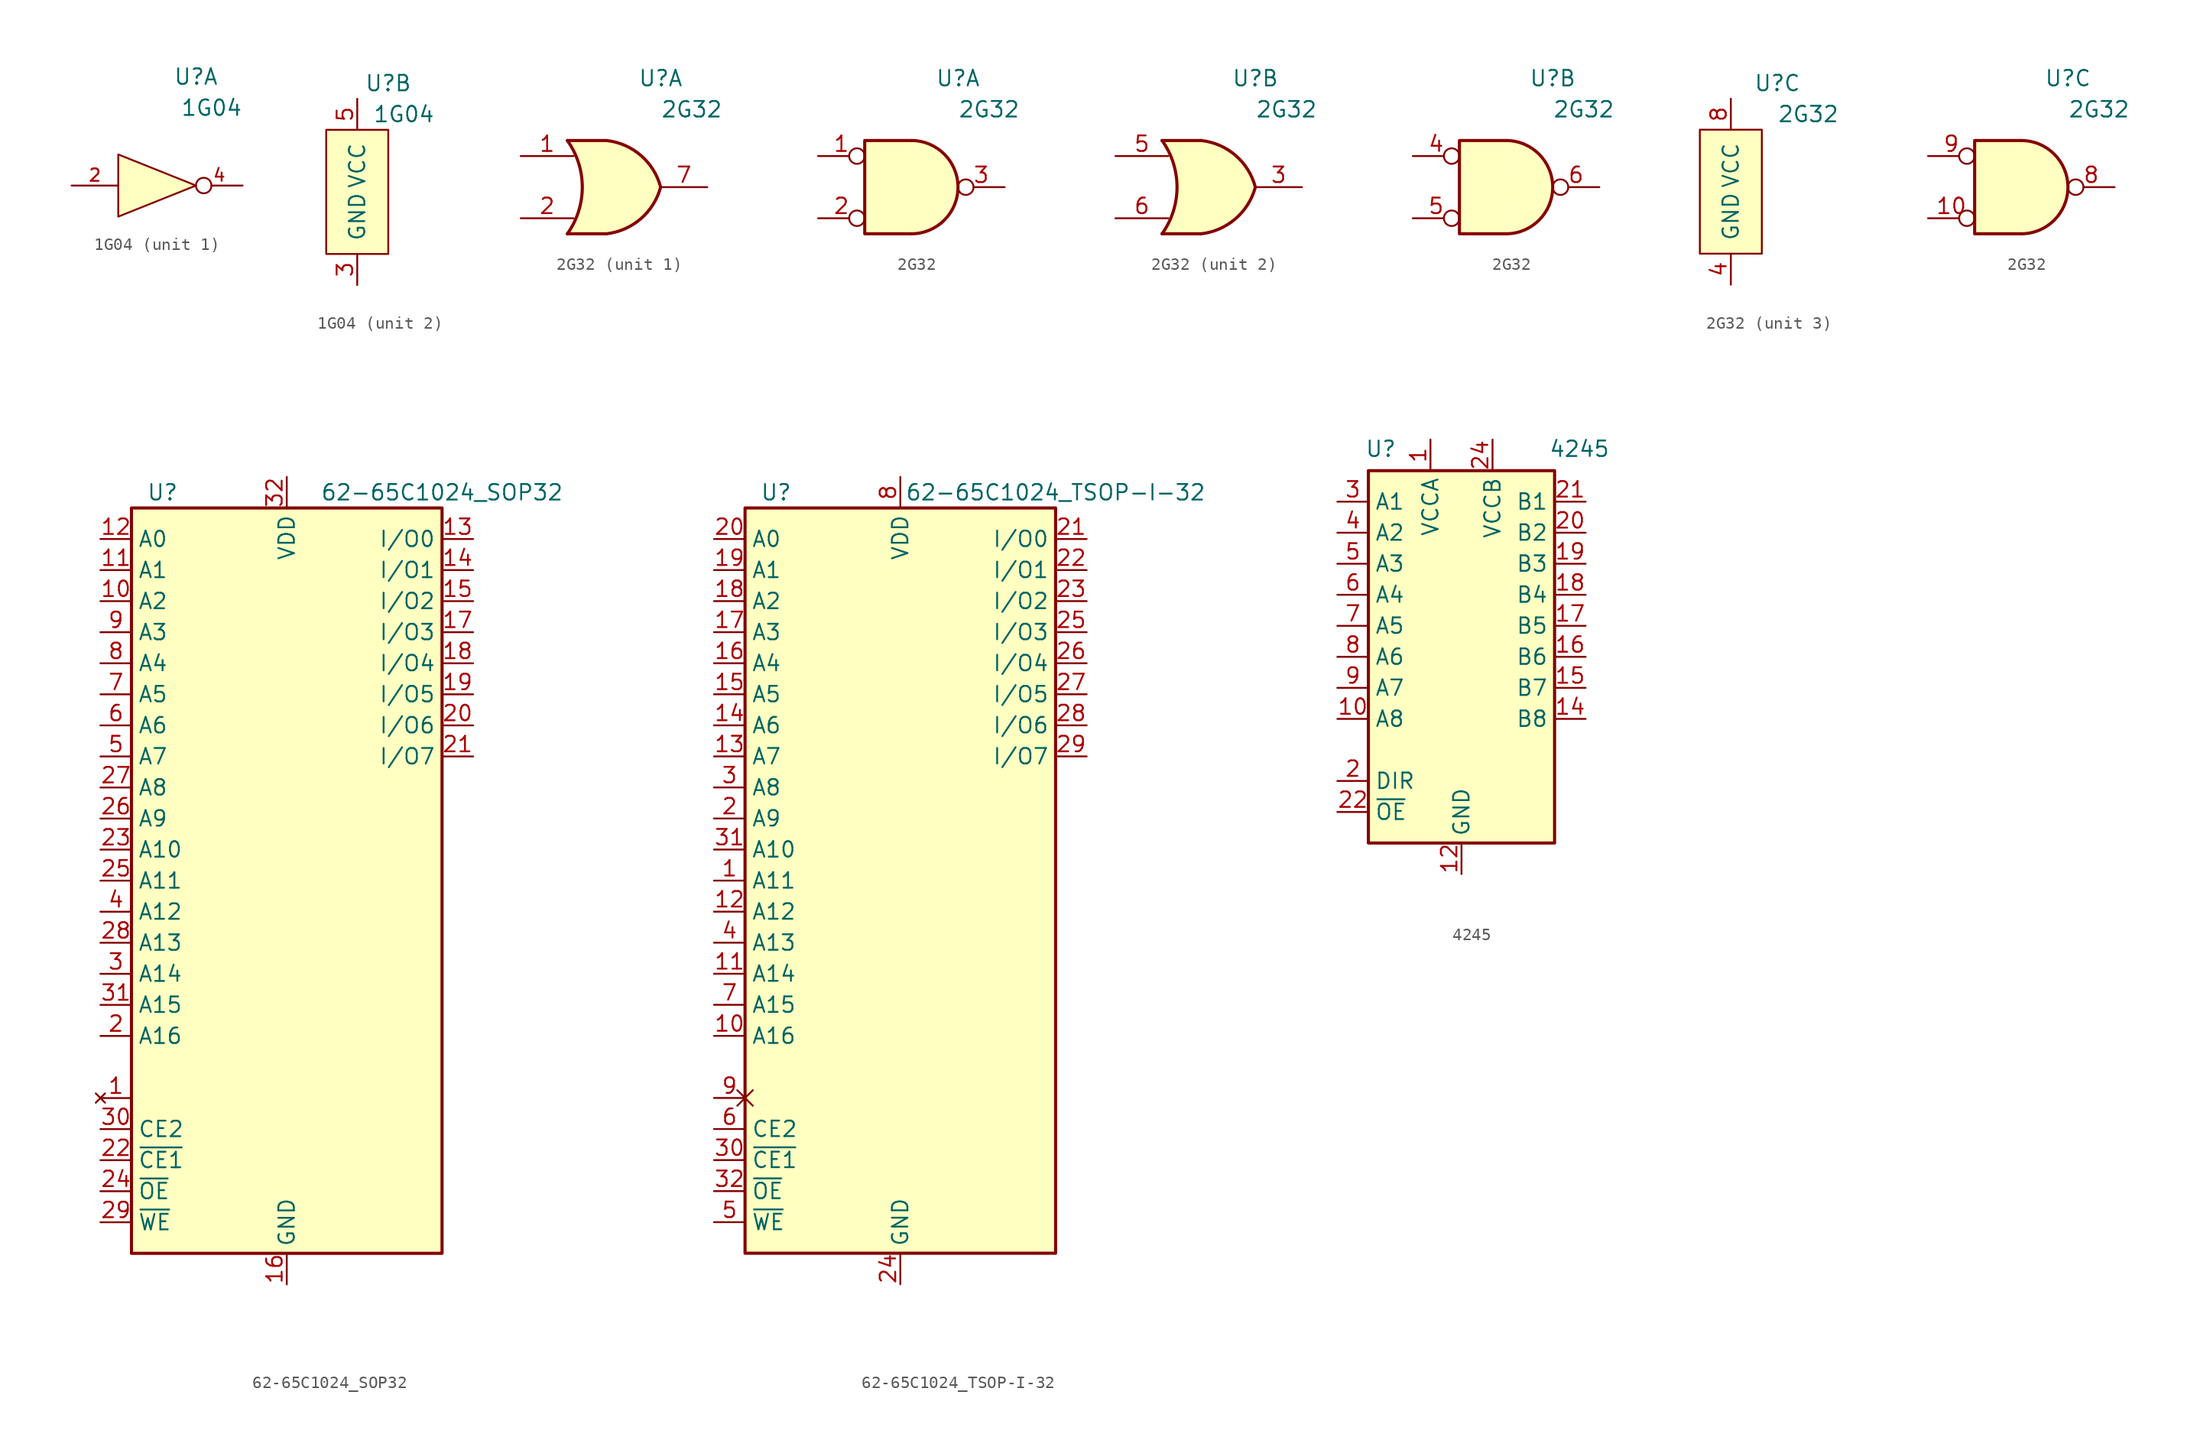
<source format=kicad_sym>
(kicad_symbol_lib
  (version 20220914)
  (generator kicad_symbol_editor)
  (symbol "1G04"
    (pin_names
      (offset 1.016))
    (property "Reference" "U"
      (at 2.54 8.89 0)
      (effects (font (size 1.27 1.27))))
    (property "Value" "1G04"
      (at 1.27 6.35 0)
      (effects (font (size 1.27 1.27)) (justify left)))
    (property "ki_locked" ""
      (at 0 0 0)
      (effects (font (size 1.27 1.27))))
    (symbol "1G04_1_1"
      (polyline (pts (xy -3.81 2.54) (xy -3.81 -2.54) (xy 2.54 0) (xy -3.81 2.54)) (stroke (width 0.152) (type default)) (fill (type background)))
      (pin input line (at -7.62 0 0) (length 3.81) (name "~" (effects (font (size 1.016 1.016)))) (number "2" (effects (font (size 1.016 1.016)))))
      (pin output inverted (at 6.35 0 180) (length 3.81) (name "~" (effects (font (size 1.016 1.016)))) (number "4" (effects (font (size 1.016 1.016))))))
    (symbol "1G04_2_1"
      (rectangle (start -2.54 5.08) (end 2.54 -5.08) (stroke (width 0.152) (type default)) (fill (type background)))
      (pin no_connect line (at -2.54 2.54 180) (length 0) hide (name "DC" (effects (font (size 1.27 1.27)))) (number "1" (effects (font (size 1.27 1.27)))))
      (pin power_in line (at 0 -7.62 90) (length 2.54) (name "GND" (effects (font (size 1.27 1.27)))) (number "3" (effects (font (size 1.27 1.27)))))
      (pin power_in line (at 0 7.62 270) (length 2.54) (name "VCC" (effects (font (size 1.27 1.27)))) (number "5" (effects (font (size 1.27 1.27)))))))
  (symbol "2G32"
    (pin_names
      (offset 1.016))
    (property "Reference" "U"
      (at 3.81 8.89 0)
      (effects (font (size 1.27 1.27))))
    (property "Value" "2G32"
      (at 6.35 6.35 0)
      (effects (font (size 1.27 1.27))))
    (property "ki_locked" ""
      (at 0 0 0)
      (effects (font (size 1.27 1.27))))
    (symbol "2G32_1_1"
      (arc (start -3.81 -3.81) (mid -2.589 0) (end -3.81 3.81) (stroke (width 0.254) (type default)) (fill (type none)))
      (arc (start -0.6096 -3.81) (mid 2.1842 -2.5851) (end 3.81 0) (stroke (width 0.254) (type default)) (fill (type background)))
      (polyline (pts (xy -3.81 -3.81) (xy -0.635 -3.81)) (stroke (width 0.254) (type default)) (fill (type background)))
      (polyline (pts (xy -3.81 3.81) (xy -0.635 3.81)) (stroke (width 0.254) (type default)) (fill (type background)))
      (polyline (pts (xy -0.635 3.81) (xy -3.81 3.81) (xy -3.81 3.81) (xy -3.556 3.404) (xy -3.023 2.261) (xy -2.692 1.041) (xy -2.616 -0.254) (xy -2.769 -1.499) (xy -3.175 -2.718) (xy -3.81 -3.81) (xy -3.81 -3.81) (xy -0.635 -3.81)) (stroke (width -25.4) (type default)) (fill (type background)))
      (arc (start 3.81 0) (mid 2.1915 2.5936) (end -0.6096 3.81) (stroke (width 0.254) (type default)) (fill (type background)))
      (pin input line (at -7.62 2.54 0) (length 4.318) (name "" (effects (font (size 1.27 1.27)))) (number "1" (effects (font (size 1.27 1.27)))))
      (pin input line (at -7.62 -2.54 0) (length 4.318) (name "" (effects (font (size 1.27 1.27)))) (number "2" (effects (font (size 1.27 1.27)))))
      (pin output line (at 7.62 0 180) (length 3.81) (name "" (effects (font (size 1.27 1.27)))) (number "7" (effects (font (size 1.27 1.27))))))
    (symbol "2G32_1_2"
      (arc (start 0 -3.81) (mid 3.7934 0) (end 0 3.81) (stroke (width 0.254) (type default)) (fill (type background)))
      (polyline (pts (xy 0 3.81) (xy -3.81 3.81) (xy -3.81 -3.81) (xy 0 -3.81)) (stroke (width 0.254) (type default)) (fill (type background)))
      (pin input inverted (at -7.62 2.54 0) (length 3.81) (name "~" (effects (font (size 1.27 1.27)))) (number "1" (effects (font (size 1.27 1.27)))))
      (pin input inverted (at -7.62 -2.54 0) (length 3.81) (name "~" (effects (font (size 1.27 1.27)))) (number "2" (effects (font (size 1.27 1.27)))))
      (pin output inverted (at 7.62 0 180) (length 3.81) (name "~" (effects (font (size 1.27 1.27)))) (number "3" (effects (font (size 1.27 1.27))))))
    (symbol "2G32_2_1"
      (arc (start -3.81 -3.81) (mid -2.589 0) (end -3.81 3.81) (stroke (width 0.254) (type default)) (fill (type none)))
      (arc (start -0.6096 -3.81) (mid 2.1842 -2.5851) (end 3.81 0) (stroke (width 0.254) (type default)) (fill (type background)))
      (polyline (pts (xy -3.81 -3.81) (xy -0.635 -3.81)) (stroke (width 0.254) (type default)) (fill (type background)))
      (polyline (pts (xy -3.81 3.81) (xy -0.635 3.81)) (stroke (width 0.254) (type default)) (fill (type background)))
      (polyline (pts (xy -0.635 3.81) (xy -3.81 3.81) (xy -3.81 3.81) (xy -3.556 3.404) (xy -3.023 2.261) (xy -2.692 1.041) (xy -2.616 -0.254) (xy -2.769 -1.499) (xy -3.175 -2.718) (xy -3.81 -3.81) (xy -3.81 -3.81) (xy -0.635 -3.81)) (stroke (width -25.4) (type default)) (fill (type background)))
      (arc (start 3.81 0) (mid 2.1915 2.5936) (end -0.6096 3.81) (stroke (width 0.254) (type default)) (fill (type background)))
      (pin output line (at 7.62 0 180) (length 3.81) (name "" (effects (font (size 1.27 1.27)))) (number "3" (effects (font (size 1.27 1.27)))))
      (pin input line (at -7.62 2.54 0) (length 4.318) (name "" (effects (font (size 1.27 1.27)))) (number "5" (effects (font (size 1.27 1.27)))))
      (pin input line (at -7.62 -2.54 0) (length 4.318) (name "" (effects (font (size 1.27 1.27)))) (number "6" (effects (font (size 1.27 1.27))))))
    (symbol "2G32_2_2"
      (arc (start 0 -3.81) (mid 3.7934 0) (end 0 3.81) (stroke (width 0.254) (type default)) (fill (type background)))
      (polyline (pts (xy 0 3.81) (xy -3.81 3.81) (xy -3.81 -3.81) (xy 0 -3.81)) (stroke (width 0.254) (type default)) (fill (type background)))
      (pin input inverted (at -7.62 2.54 0) (length 3.81) (name "~" (effects (font (size 1.27 1.27)))) (number "4" (effects (font (size 1.27 1.27)))))
      (pin input inverted (at -7.62 -2.54 0) (length 3.81) (name "~" (effects (font (size 1.27 1.27)))) (number "5" (effects (font (size 1.27 1.27)))))
      (pin output inverted (at 7.62 0 180) (length 3.81) (name "~" (effects (font (size 1.27 1.27)))) (number "6" (effects (font (size 1.27 1.27))))))
    (symbol "2G32_3_1"
      (rectangle (start -2.54 5.08) (end 2.54 -5.08) (stroke (width 0.152) (type default)) (fill (type background)))
      (pin power_in line (at 0 -7.62 90) (length 2.54) (name "GND" (effects (font (size 1.27 1.27)))) (number "4" (effects (font (size 1.27 1.27)))))
      (pin power_in line (at 0 7.62 270) (length 2.54) (name "VCC" (effects (font (size 1.27 1.27)))) (number "8" (effects (font (size 1.27 1.27))))))
    (symbol "2G32_3_2"
      (arc (start 0 -3.81) (mid 3.7934 0) (end 0 3.81) (stroke (width 0.254) (type default)) (fill (type background)))
      (polyline (pts (xy 0 3.81) (xy -3.81 3.81) (xy -3.81 -3.81) (xy 0 -3.81)) (stroke (width 0.254) (type default)) (fill (type background)))
      (pin input inverted (at -7.62 -2.54 0) (length 3.81) (name "~" (effects (font (size 1.27 1.27)))) (number "10" (effects (font (size 1.27 1.27)))))
      (pin output inverted (at 7.62 0 180) (length 3.81) (name "~" (effects (font (size 1.27 1.27)))) (number "8" (effects (font (size 1.27 1.27)))))
      (pin input inverted (at -7.62 2.54 0) (length 3.81) (name "~" (effects (font (size 1.27 1.27)))) (number "9" (effects (font (size 1.27 1.27)))))))
  (symbol "62-65C1024_SOP32"
    (property "Reference" "U"
      (at -10.16 31.75 0)
      (effects (font (size 1.27 1.27))))
    (property "Value" "62-65C1024_SOP32"
      (at 12.7 31.75 0)
      (effects (font (size 1.27 1.27))))
    (symbol "62-65C1024_SOP32_0_1"
      (rectangle (start -12.7 30.48) (end 12.7 -30.48) (stroke (width 0.254) (type default)) (fill (type background))))
    (symbol "62-65C1024_SOP32_1_1"
      (pin no_connect line (at -15.24 -17.78 0) (length 2.54) (name "~" (effects (font (size 1.27 1.27)))) (number "1" (effects (font (size 1.27 1.27)))))
      (pin input line (at -15.24 22.86 0) (length 2.54) (name "A2" (effects (font (size 1.27 1.27)))) (number "10" (effects (font (size 1.27 1.27)))))
      (pin input line (at -15.24 25.4 0) (length 2.54) (name "A1" (effects (font (size 1.27 1.27)))) (number "11" (effects (font (size 1.27 1.27)))))
      (pin input line (at -15.24 27.94 0) (length 2.54) (name "A0" (effects (font (size 1.27 1.27)))) (number "12" (effects (font (size 1.27 1.27)))))
      (pin bidirectional line (at 15.24 27.94 180) (length 2.54) (name "I/O0" (effects (font (size 1.27 1.27)))) (number "13" (effects (font (size 1.27 1.27)))))
      (pin bidirectional line (at 15.24 25.4 180) (length 2.54) (name "I/O1" (effects (font (size 1.27 1.27)))) (number "14" (effects (font (size 1.27 1.27)))))
      (pin bidirectional line (at 15.24 22.86 180) (length 2.54) (name "I/O2" (effects (font (size 1.27 1.27)))) (number "15" (effects (font (size 1.27 1.27)))))
      (pin power_in line (at 0 -33.02 90) (length 2.54) (name "GND" (effects (font (size 1.27 1.27)))) (number "16" (effects (font (size 1.27 1.27)))))
      (pin bidirectional line (at 15.24 20.32 180) (length 2.54) (name "I/O3" (effects (font (size 1.27 1.27)))) (number "17" (effects (font (size 1.27 1.27)))))
      (pin bidirectional line (at 15.24 17.78 180) (length 2.54) (name "I/O4" (effects (font (size 1.27 1.27)))) (number "18" (effects (font (size 1.27 1.27)))))
      (pin bidirectional line (at 15.24 15.24 180) (length 2.54) (name "I/O5" (effects (font (size 1.27 1.27)))) (number "19" (effects (font (size 1.27 1.27)))))
      (pin input line (at -15.24 -12.7 0) (length 2.54) (name "A16" (effects (font (size 1.27 1.27)))) (number "2" (effects (font (size 1.27 1.27)))))
      (pin bidirectional line (at 15.24 12.7 180) (length 2.54) (name "I/O6" (effects (font (size 1.27 1.27)))) (number "20" (effects (font (size 1.27 1.27)))))
      (pin bidirectional line (at 15.24 10.16 180) (length 2.54) (name "I/O7" (effects (font (size 1.27 1.27)))) (number "21" (effects (font (size 1.27 1.27)))))
      (pin input line (at -15.24 -22.86 0) (length 2.54) (name "~{CE1}" (effects (font (size 1.27 1.27)))) (number "22" (effects (font (size 1.27 1.27)))))
      (pin input line (at -15.24 2.54 0) (length 2.54) (name "A10" (effects (font (size 1.27 1.27)))) (number "23" (effects (font (size 1.27 1.27)))))
      (pin input line (at -15.24 -25.4 0) (length 2.54) (name "~{OE}" (effects (font (size 1.27 1.27)))) (number "24" (effects (font (size 1.27 1.27)))))
      (pin input line (at -15.24 0 0) (length 2.54) (name "A11" (effects (font (size 1.27 1.27)))) (number "25" (effects (font (size 1.27 1.27)))))
      (pin input line (at -15.24 5.08 0) (length 2.54) (name "A9" (effects (font (size 1.27 1.27)))) (number "26" (effects (font (size 1.27 1.27)))))
      (pin input line (at -15.24 7.62 0) (length 2.54) (name "A8" (effects (font (size 1.27 1.27)))) (number "27" (effects (font (size 1.27 1.27)))))
      (pin input line (at -15.24 -5.08 0) (length 2.54) (name "A13" (effects (font (size 1.27 1.27)))) (number "28" (effects (font (size 1.27 1.27)))))
      (pin input line (at -15.24 -27.94 0) (length 2.54) (name "~{WE}" (effects (font (size 1.27 1.27)))) (number "29" (effects (font (size 1.27 1.27)))))
      (pin input line (at -15.24 -7.62 0) (length 2.54) (name "A14" (effects (font (size 1.27 1.27)))) (number "3" (effects (font (size 1.27 1.27)))))
      (pin input line (at -15.24 -20.32 0) (length 2.54) (name "CE2" (effects (font (size 1.27 1.27)))) (number "30" (effects (font (size 1.27 1.27)))))
      (pin input line (at -15.24 -10.16 0) (length 2.54) (name "A15" (effects (font (size 1.27 1.27)))) (number "31" (effects (font (size 1.27 1.27)))))
      (pin power_in line (at 0 33.02 270) (length 2.54) (name "VDD" (effects (font (size 1.27 1.27)))) (number "32" (effects (font (size 1.27 1.27)))))
      (pin input line (at -15.24 -2.54 0) (length 2.54) (name "A12" (effects (font (size 1.27 1.27)))) (number "4" (effects (font (size 1.27 1.27)))))
      (pin input line (at -15.24 10.16 0) (length 2.54) (name "A7" (effects (font (size 1.27 1.27)))) (number "5" (effects (font (size 1.27 1.27)))))
      (pin input line (at -15.24 12.7 0) (length 2.54) (name "A6" (effects (font (size 1.27 1.27)))) (number "6" (effects (font (size 1.27 1.27)))))
      (pin input line (at -15.24 15.24 0) (length 2.54) (name "A5" (effects (font (size 1.27 1.27)))) (number "7" (effects (font (size 1.27 1.27)))))
      (pin input line (at -15.24 17.78 0) (length 2.54) (name "A4" (effects (font (size 1.27 1.27)))) (number "8" (effects (font (size 1.27 1.27)))))
      (pin input line (at -15.24 20.32 0) (length 2.54) (name "A3" (effects (font (size 1.27 1.27)))) (number "9" (effects (font (size 1.27 1.27)))))))
  (symbol "62-65C1024_TSOP-I-32"
    (property "Reference" "U"
      (at -10.16 31.75 0)
      (effects (font (size 1.27 1.27))))
    (property "Value" "62-65C1024_TSOP-I-32"
      (at 12.7 31.75 0)
      (effects (font (size 1.27 1.27))))
    (symbol "62-65C1024_TSOP-I-32_0_1"
      (rectangle (start -12.7 30.48) (end 12.7 -30.48) (stroke (width 0.254) (type default)) (fill (type background))))
    (symbol "62-65C1024_TSOP-I-32_1_1"
      (pin input line (at -15.24 0 0) (length 2.54) (name "A11" (effects (font (size 1.27 1.27)))) (number "1" (effects (font (size 1.27 1.27)))))
      (pin input line (at -15.24 -12.7 0) (length 2.54) (name "A16" (effects (font (size 1.27 1.27)))) (number "10" (effects (font (size 1.27 1.27)))))
      (pin input line (at -15.24 -7.62 0) (length 2.54) (name "A14" (effects (font (size 1.27 1.27)))) (number "11" (effects (font (size 1.27 1.27)))))
      (pin input line (at -15.24 -2.54 0) (length 2.54) (name "A12" (effects (font (size 1.27 1.27)))) (number "12" (effects (font (size 1.27 1.27)))))
      (pin input line (at -15.24 10.16 0) (length 2.54) (name "A7" (effects (font (size 1.27 1.27)))) (number "13" (effects (font (size 1.27 1.27)))))
      (pin input line (at -15.24 12.7 0) (length 2.54) (name "A6" (effects (font (size 1.27 1.27)))) (number "14" (effects (font (size 1.27 1.27)))))
      (pin input line (at -15.24 15.24 0) (length 2.54) (name "A5" (effects (font (size 1.27 1.27)))) (number "15" (effects (font (size 1.27 1.27)))))
      (pin input line (at -15.24 17.78 0) (length 2.54) (name "A4" (effects (font (size 1.27 1.27)))) (number "16" (effects (font (size 1.27 1.27)))))
      (pin input line (at -15.24 20.32 0) (length 2.54) (name "A3" (effects (font (size 1.27 1.27)))) (number "17" (effects (font (size 1.27 1.27)))))
      (pin input line (at -15.24 22.86 0) (length 2.54) (name "A2" (effects (font (size 1.27 1.27)))) (number "18" (effects (font (size 1.27 1.27)))))
      (pin input line (at -15.24 25.4 0) (length 2.54) (name "A1" (effects (font (size 1.27 1.27)))) (number "19" (effects (font (size 1.27 1.27)))))
      (pin input line (at -15.24 5.08 0) (length 2.54) (name "A9" (effects (font (size 1.27 1.27)))) (number "2" (effects (font (size 1.27 1.27)))))
      (pin input line (at -15.24 27.94 0) (length 2.54) (name "A0" (effects (font (size 1.27 1.27)))) (number "20" (effects (font (size 1.27 1.27)))))
      (pin bidirectional line (at 15.24 27.94 180) (length 2.54) (name "I/O0" (effects (font (size 1.27 1.27)))) (number "21" (effects (font (size 1.27 1.27)))))
      (pin bidirectional line (at 15.24 25.4 180) (length 2.54) (name "I/O1" (effects (font (size 1.27 1.27)))) (number "22" (effects (font (size 1.27 1.27)))))
      (pin bidirectional line (at 15.24 22.86 180) (length 2.54) (name "I/O2" (effects (font (size 1.27 1.27)))) (number "23" (effects (font (size 1.27 1.27)))))
      (pin power_in line (at 0 -33.02 90) (length 2.54) (name "GND" (effects (font (size 1.27 1.27)))) (number "24" (effects (font (size 1.27 1.27)))))
      (pin bidirectional line (at 15.24 20.32 180) (length 2.54) (name "I/O3" (effects (font (size 1.27 1.27)))) (number "25" (effects (font (size 1.27 1.27)))))
      (pin bidirectional line (at 15.24 17.78 180) (length 2.54) (name "I/O4" (effects (font (size 1.27 1.27)))) (number "26" (effects (font (size 1.27 1.27)))))
      (pin bidirectional line (at 15.24 15.24 180) (length 2.54) (name "I/O5" (effects (font (size 1.27 1.27)))) (number "27" (effects (font (size 1.27 1.27)))))
      (pin bidirectional line (at 15.24 12.7 180) (length 2.54) (name "I/O6" (effects (font (size 1.27 1.27)))) (number "28" (effects (font (size 1.27 1.27)))))
      (pin bidirectional line (at 15.24 10.16 180) (length 2.54) (name "I/O7" (effects (font (size 1.27 1.27)))) (number "29" (effects (font (size 1.27 1.27)))))
      (pin input line (at -15.24 7.62 0) (length 2.54) (name "A8" (effects (font (size 1.27 1.27)))) (number "3" (effects (font (size 1.27 1.27)))))
      (pin input line (at -15.24 -22.86 0) (length 2.54) (name "~{CE1}" (effects (font (size 1.27 1.27)))) (number "30" (effects (font (size 1.27 1.27)))))
      (pin input line (at -15.24 2.54 0) (length 2.54) (name "A10" (effects (font (size 1.27 1.27)))) (number "31" (effects (font (size 1.27 1.27)))))
      (pin input line (at -15.24 -25.4 0) (length 2.54) (name "~{OE}" (effects (font (size 1.27 1.27)))) (number "32" (effects (font (size 1.27 1.27)))))
      (pin input line (at -15.24 -5.08 0) (length 2.54) (name "A13" (effects (font (size 1.27 1.27)))) (number "4" (effects (font (size 1.27 1.27)))))
      (pin input line (at -15.24 -27.94 0) (length 2.54) (name "~{WE}" (effects (font (size 1.27 1.27)))) (number "5" (effects (font (size 1.27 1.27)))))
      (pin input line (at -15.24 -20.32 0) (length 2.54) (name "CE2" (effects (font (size 1.27 1.27)))) (number "6" (effects (font (size 1.27 1.27)))))
      (pin input line (at -15.24 -10.16 0) (length 2.54) (name "A15" (effects (font (size 1.27 1.27)))) (number "7" (effects (font (size 1.27 1.27)))))
      (pin power_in line (at 0 33.02 270) (length 2.54) (name "VDD" (effects (font (size 1.27 1.27)))) (number "8" (effects (font (size 1.27 1.27)))))
      (pin passive non_logic (at -15.24 -17.78 0) (length 2.54) (name "~" (effects (font (size 1.27 1.27)))) (number "9" (effects (font (size 1.27 1.27)))))))
  (symbol "4245"
    (property "Reference" "U"
      (at -6.604 17.018 0)
      (effects (font (size 1.27 1.27))))
    (property "Value" "4245"
      (at 9.652 17.018 0)
      (effects (font (size 1.27 1.27))))
    (symbol "4245_0_1"
      (rectangle (start -7.62 15.24) (end 7.62 -15.24) (stroke (width 0.254) (type default)) (fill (type background))))
    (symbol "4245_1_1"
      (pin power_in line (at -2.54 17.78 270) (length 2.54) (name "VCCA" (effects (font (size 1.27 1.27)))) (number "1" (effects (font (size 1.27 1.27)))))
      (pin bidirectional line (at -10.16 -5.08 0) (length 2.54) (name "A8" (effects (font (size 1.27 1.27)))) (number "10" (effects (font (size 1.27 1.27)))))
      (pin passive line (at 0 -17.78 90) (length 2.54) hide (name "GND" (effects (font (size 1.27 1.27)))) (number "11" (effects (font (size 1.27 1.27)))))
      (pin power_in line (at 0 -17.78 90) (length 2.54) (name "GND" (effects (font (size 1.27 1.27)))) (number "12" (effects (font (size 1.27 1.27)))))
      (pin passive line (at 0 -17.78 90) (length 2.54) hide (name "GND" (effects (font (size 1.27 1.27)))) (number "13" (effects (font (size 1.27 1.27)))))
      (pin bidirectional line (at 10.16 -5.08 180) (length 2.54) (name "B8" (effects (font (size 1.27 1.27)))) (number "14" (effects (font (size 1.27 1.27)))))
      (pin bidirectional line (at 10.16 -2.54 180) (length 2.54) (name "B7" (effects (font (size 1.27 1.27)))) (number "15" (effects (font (size 1.27 1.27)))))
      (pin bidirectional line (at 10.16 0 180) (length 2.54) (name "B6" (effects (font (size 1.27 1.27)))) (number "16" (effects (font (size 1.27 1.27)))))
      (pin bidirectional line (at 10.16 2.54 180) (length 2.54) (name "B5" (effects (font (size 1.27 1.27)))) (number "17" (effects (font (size 1.27 1.27)))))
      (pin bidirectional line (at 10.16 5.08 180) (length 2.54) (name "B4" (effects (font (size 1.27 1.27)))) (number "18" (effects (font (size 1.27 1.27)))))
      (pin bidirectional line (at 10.16 7.62 180) (length 2.54) (name "B3" (effects (font (size 1.27 1.27)))) (number "19" (effects (font (size 1.27 1.27)))))
      (pin input line (at -10.16 -10.16 0) (length 2.54) (name "DIR" (effects (font (size 1.27 1.27)))) (number "2" (effects (font (size 1.27 1.27)))))
      (pin bidirectional line (at 10.16 10.16 180) (length 2.54) (name "B2" (effects (font (size 1.27 1.27)))) (number "20" (effects (font (size 1.27 1.27)))))
      (pin bidirectional line (at 10.16 12.7 180) (length 2.54) (name "B1" (effects (font (size 1.27 1.27)))) (number "21" (effects (font (size 1.27 1.27)))))
      (pin input line (at -10.16 -12.7 0) (length 2.54) (name "~{OE}" (effects (font (size 1.27 1.27)))) (number "22" (effects (font (size 1.27 1.27)))))
      (pin passive line (at 2.54 17.78 270) (length 2.54) hide (name "VCCB" (effects (font (size 1.27 1.27)))) (number "23" (effects (font (size 1.27 1.27)))))
      (pin power_in line (at 2.54 17.78 270) (length 2.54) (name "VCCB" (effects (font (size 1.27 1.27)))) (number "24" (effects (font (size 1.27 1.27)))))
      (pin bidirectional line (at -10.16 12.7 0) (length 2.54) (name "A1" (effects (font (size 1.27 1.27)))) (number "3" (effects (font (size 1.27 1.27)))))
      (pin bidirectional line (at -10.16 10.16 0) (length 2.54) (name "A2" (effects (font (size 1.27 1.27)))) (number "4" (effects (font (size 1.27 1.27)))))
      (pin bidirectional line (at -10.16 7.62 0) (length 2.54) (name "A3" (effects (font (size 1.27 1.27)))) (number "5" (effects (font (size 1.27 1.27)))))
      (pin bidirectional line (at -10.16 5.08 0) (length 2.54) (name "A4" (effects (font (size 1.27 1.27)))) (number "6" (effects (font (size 1.27 1.27)))))
      (pin bidirectional line (at -10.16 2.54 0) (length 2.54) (name "A5" (effects (font (size 1.27 1.27)))) (number "7" (effects (font (size 1.27 1.27)))))
      (pin bidirectional line (at -10.16 0 0) (length 2.54) (name "A6" (effects (font (size 1.27 1.27)))) (number "8" (effects (font (size 1.27 1.27)))))
      (pin bidirectional line (at -10.16 -2.54 0) (length 2.54) (name "A7" (effects (font (size 1.27 1.27)))) (number "9" (effects (font (size 1.27 1.27))))))))
</source>
